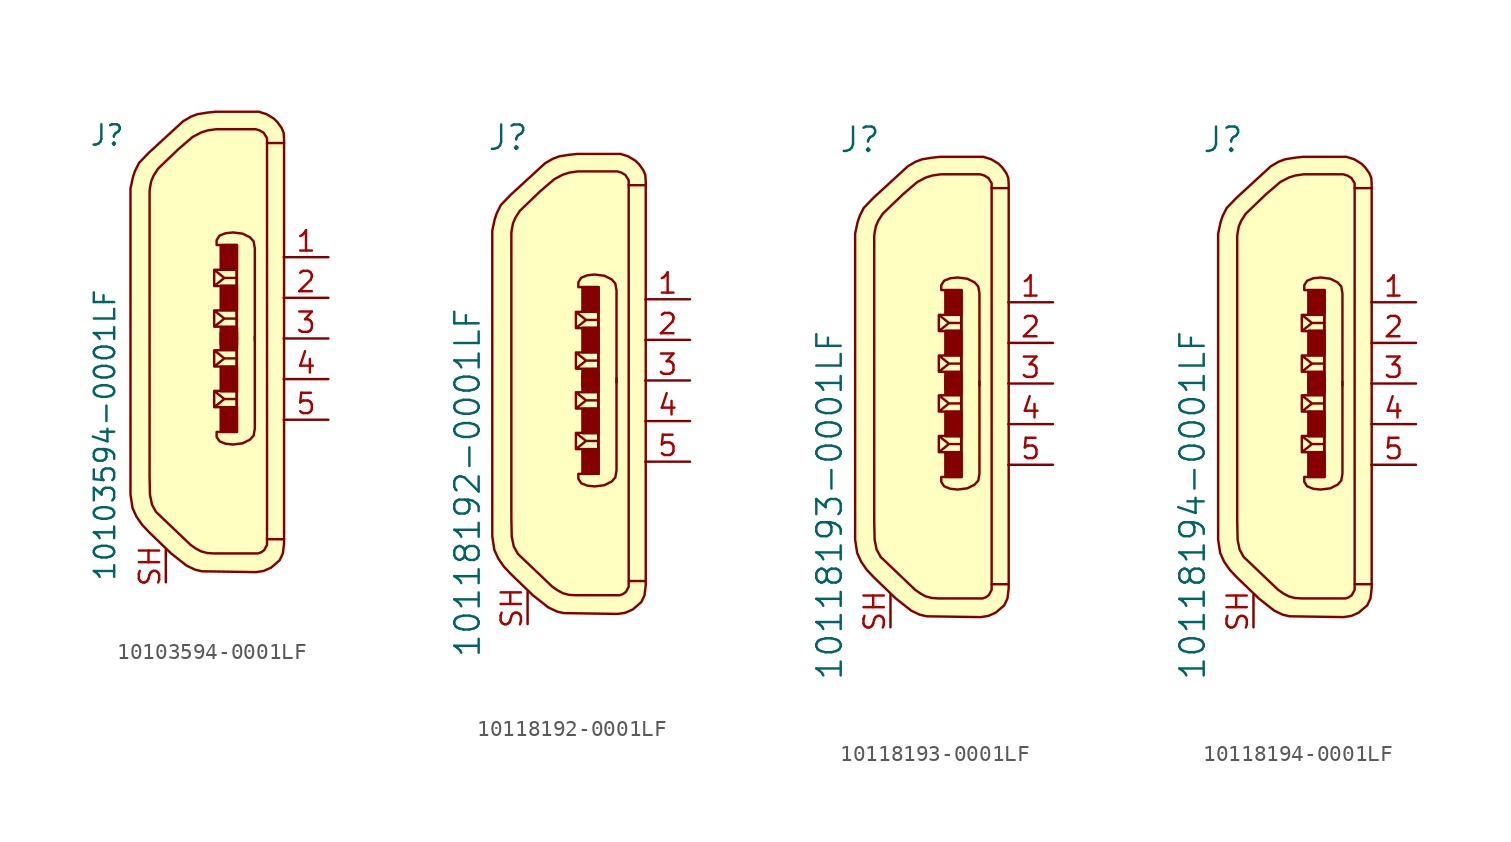
<source format=kicad_sym>
(kicad_symbol_lib
  (version 20201005)
  (generator kicad_symbol_editor)
  (symbol "10103594-0001LF"
    (pin_names
      (offset 1.016))
    (property "Reference" "J"
      (at -6.35 12.7 0)
      (effects (font (size 1.27 1.27)) (justify right)))
    (property "Value" "10103594-0001LF"
      (at -7.62 -15.24 90)
      (effects (font (size 1.27 1.27)) (justify left)))
    (symbol "10103594-0001LF_1_1"
      (rectangle (start -0.381 -4.318) (end 0.635 -5.842) (stroke (width 0)) (fill (type outline)))
      (rectangle (start -0.381 -3.302) (end 0.635 -1.778) (stroke (width 0)) (fill (type outline)))
      (rectangle (start -0.381 -0.635) (end 0.635 0.381) (stroke (width 0)) (fill (type outline)))
      (rectangle (start -0.381 0.635) (end 0.635 -0.381) (stroke (width 0)) (fill (type outline)))
      (rectangle (start -0.381 3.302) (end 0.635 1.778) (stroke (width 0)) (fill (type outline)))
      (rectangle (start -0.381 4.318) (end 0.635 5.842) (stroke (width 0)) (fill (type outline)))
      (polyline (pts (xy 2.515 12.243) (xy 2.515 -12.548)) (stroke (width 0)) (fill (type none)))
      (polyline (pts (xy -0.787 -4.293) (xy -0.787 -3.277) (xy 0.61 -3.277) (xy 0.61 -4.293) (xy -0.787 -4.293) (xy -0.152 -3.785) (xy -0.787 -3.277) (xy 0.61 -3.277) (xy 0.61 -3.785) (xy -0.152 -3.785)) (stroke (width 0)) (fill (type none)))
      (polyline (pts (xy -0.787 -1.753) (xy -0.787 -0.737) (xy 0.61 -0.737) (xy 0.61 -1.753) (xy -0.787 -1.753) (xy -0.152 -1.245) (xy -0.787 -0.737) (xy 0.61 -0.737) (xy 0.61 -1.245) (xy -0.152 -1.245)) (stroke (width 0)) (fill (type none)))
      (polyline (pts (xy -0.787 1.753) (xy -0.787 0.737) (xy 0.61 0.737) (xy 0.61 1.753) (xy -0.787 1.753) (xy -0.152 1.245) (xy -0.787 0.737) (xy 0.61 0.737) (xy 0.61 1.245) (xy -0.152 1.245)) (stroke (width 0)) (fill (type none)))
      (polyline (pts (xy -0.787 4.293) (xy -0.787 3.277) (xy 0.61 3.277) (xy 0.61 4.293) (xy -0.787 4.293) (xy -0.152 3.785) (xy -0.787 3.277) (xy 0.61 3.277) (xy 0.61 3.785) (xy -0.152 3.785)) (stroke (width 0)) (fill (type none)))
      (polyline (pts (xy 0.635 -0.025) (xy 0.635 5.842) (xy -0.635 5.842) (xy -0.635 6.147) (xy -0.457 6.426) (xy -0.076 6.579) (xy 0.381 6.629) (xy 0.991 6.553) (xy 1.448 6.325) (xy 1.676 6.071) (xy 1.753 5.639) (xy 1.753 4.801) (xy 1.753 -0.127)) (stroke (width 0)) (fill (type none)))
      (polyline (pts (xy 0.635 0.025) (xy 0.635 -5.842) (xy -0.635 -5.842) (xy -0.635 -6.147) (xy -0.457 -6.426) (xy -0.076 -6.579) (xy 0.381 -6.629) (xy 0.991 -6.553) (xy 1.448 -6.325) (xy 1.676 -6.071) (xy 1.753 -5.639) (xy 1.753 -4.801) (xy 1.753 0.127)) (stroke (width 0)) (fill (type none)))
      (polyline (pts (xy 3.581 -12.548) (xy 2.565 -12.548) (xy 2.515 -12.548) (xy 2.515 -12.903) (xy 2.337 -13.233) (xy 2.159 -13.36) (xy 1.956 -13.437) (xy -0.813 -13.437) (xy -1.219 -13.411) (xy -1.6 -13.31) (xy -1.93 -13.132) (xy -2.261 -12.903) (xy -4.42 -10.846) (xy -4.674 -10.389) (xy -4.801 -9.779) (xy -4.826 -8.636) (xy -4.826 9.22) (xy -4.801 9.423) (xy -4.724 9.83) (xy -4.572 10.185) (xy -4.293 10.617) (xy -3.023 11.836) (xy -2.134 12.598) (xy -1.6 12.878) (xy -1.194 13.005) (xy -0.66 13.081) (xy 1.803 13.081) (xy 2.057 13.005) (xy 2.311 12.852) (xy 2.515 12.522) (xy 2.515 12.217) (xy 3.581 12.217)) (stroke (width 0)) (fill (type none)))
      (polyline (pts (xy 3.581 -11.481) (xy 3.581 -12.802) (xy 3.505 -13.437) (xy 3.302 -13.868) (xy 2.769 -14.326) (xy 2.311 -14.529) (xy 1.829 -14.605) (xy -1.549 -14.554) (xy -1.981 -14.453) (xy -2.515 -14.199) (xy -3.48 -13.437) (xy -4.826 -12.141) (xy -5.283 -11.659) (xy -5.639 -11.151) (xy -5.893 -10.592) (xy -6.02 -9.754) (xy -6.02 9.373) (xy -5.867 10.084) (xy -5.74 10.465) (xy -5.486 10.973) (xy -4.877 11.608) (xy -2.718 13.589) (xy -2.235 13.868) (xy -1.829 14.021) (xy -1.194 14.122) (xy -0.711 14.173) (xy 2.007 14.173) (xy 2.489 14.021) (xy 2.946 13.741) (xy 3.175 13.513) (xy 3.429 13.157) (xy 3.556 12.852) (xy 3.581 12.446) (xy 3.581 -11.506)) (stroke (width 0)) (fill (type background)))
      (pin passive line (at 6.35 5.08 180) (length 2.794) (name "~" (effects (font (size 1.27 1.27)))) (number "1" (effects (font (size 1.27 1.27)))))
      (pin passive line (at 6.35 2.54 180) (length 2.794) (name "~" (effects (font (size 1.27 1.27)))) (number "2" (effects (font (size 1.27 1.27)))))
      (pin passive line (at 6.35 0 180) (length 2.794) (name "~" (effects (font (size 1.27 1.27)))) (number "3" (effects (font (size 1.27 1.27)))))
      (pin passive line (at 6.35 -2.54 180) (length 2.794) (name "~" (effects (font (size 1.27 1.27)))) (number "4" (effects (font (size 1.27 1.27)))))
      (pin passive line (at 6.35 -5.08 180) (length 2.794) (name "~" (effects (font (size 1.27 1.27)))) (number "5" (effects (font (size 1.27 1.27)))))
      (pin passive line (at -3.81 -15.24 90) (length 2.032) (name "~" (effects (font (size 1.27 1.27)))) (number "SH" (effects (font (size 1.27 1.27)))))))
  (symbol "10118192-0001LF"
    (pin_names
      (offset 1.016))
    (property "Reference" "J"
      (at -3.759 15.189 0)
      (effects (font (size 1.524 1.524))))
    (property "Value" "10118192-0001LF"
      (at -6.299 -6.401 90)
      (effects (font (size 1.524 1.524))))
    (symbol "10118192-0001LF_0_1"
      (rectangle (start 0.889 -4.318) (end 1.905 -5.842) (stroke (width 0)) (fill (type outline)))
      (rectangle (start 0.889 -3.302) (end 1.905 -1.778) (stroke (width 0)) (fill (type outline)))
      (rectangle (start 0.889 -0.635) (end 1.905 0.381) (stroke (width 0)) (fill (type outline)))
      (rectangle (start 0.889 0.635) (end 1.905 -0.381) (stroke (width 0)) (fill (type outline)))
      (rectangle (start 0.889 3.302) (end 1.905 1.778) (stroke (width 0)) (fill (type outline)))
      (rectangle (start 0.889 4.318) (end 1.905 5.842) (stroke (width 0)) (fill (type outline)))
      (polyline (pts (xy 3.785 12.243) (xy 3.785 -12.548)) (stroke (width 0)) (fill (type none)))
      (polyline (pts (xy 0.483 -4.293) (xy 0.483 -3.277) (xy 1.88 -3.277) (xy 1.88 -4.293) (xy 0.483 -4.293) (xy 1.118 -3.785) (xy 0.483 -3.277) (xy 1.88 -3.277) (xy 1.88 -3.785) (xy 1.118 -3.785)) (stroke (width 0)) (fill (type none)))
      (polyline (pts (xy 0.483 -1.753) (xy 0.483 -0.737) (xy 1.88 -0.737) (xy 1.88 -1.753) (xy 0.483 -1.753) (xy 1.118 -1.245) (xy 0.483 -0.737) (xy 1.88 -0.737) (xy 1.88 -1.245) (xy 1.118 -1.245)) (stroke (width 0)) (fill (type none)))
      (polyline (pts (xy 0.483 1.753) (xy 0.483 0.737) (xy 1.88 0.737) (xy 1.88 1.753) (xy 0.483 1.753) (xy 1.118 1.245) (xy 0.483 0.737) (xy 1.88 0.737) (xy 1.88 1.245) (xy 1.118 1.245)) (stroke (width 0)) (fill (type none)))
      (polyline (pts (xy 0.483 4.293) (xy 0.483 3.277) (xy 1.88 3.277) (xy 1.88 4.293) (xy 0.483 4.293) (xy 1.118 3.785) (xy 0.483 3.277) (xy 1.88 3.277) (xy 1.88 3.785) (xy 1.118 3.785)) (stroke (width 0)) (fill (type none)))
      (polyline (pts (xy 1.905 -0.025) (xy 1.905 5.842) (xy 0.635 5.842) (xy 0.635 6.147) (xy 0.813 6.426) (xy 1.194 6.579) (xy 1.651 6.629) (xy 2.261 6.553) (xy 2.718 6.325) (xy 2.946 6.071) (xy 3.023 5.639) (xy 3.023 4.801) (xy 3.023 -0.127)) (stroke (width 0)) (fill (type none)))
      (polyline (pts (xy 1.905 0.025) (xy 1.905 -5.842) (xy 0.635 -5.842) (xy 0.635 -6.147) (xy 0.813 -6.426) (xy 1.194 -6.579) (xy 1.651 -6.629) (xy 2.261 -6.553) (xy 2.718 -6.325) (xy 2.946 -6.071) (xy 3.023 -5.639) (xy 3.023 -4.801) (xy 3.023 0.127)) (stroke (width 0)) (fill (type none)))
      (polyline (pts (xy 4.851 -12.548) (xy 3.835 -12.548) (xy 3.785 -12.548) (xy 3.785 -12.903) (xy 3.607 -13.233) (xy 3.429 -13.36) (xy 3.226 -13.437) (xy 0.457 -13.437) (xy 0.051 -13.411) (xy -0.33 -13.31) (xy -0.66 -13.132) (xy -0.991 -12.903) (xy -3.15 -10.846) (xy -3.404 -10.389) (xy -3.531 -9.779) (xy -3.556 -8.636) (xy -3.556 9.22) (xy -3.531 9.423) (xy -3.454 9.83) (xy -3.302 10.185) (xy -3.023 10.617) (xy -1.753 11.836) (xy -0.864 12.598) (xy -0.33 12.878) (xy 0.076 13.005) (xy 0.61 13.081) (xy 3.073 13.081) (xy 3.327 13.005) (xy 3.581 12.852) (xy 3.785 12.522) (xy 3.785 12.217) (xy 4.851 12.217)) (stroke (width 0)) (fill (type none)))
      (polyline (pts (xy 4.851 -11.481) (xy 4.851 -12.802) (xy 4.775 -13.437) (xy 4.572 -13.868) (xy 4.039 -14.326) (xy 3.581 -14.529) (xy 3.099 -14.605) (xy -0.279 -14.554) (xy -0.711 -14.453) (xy -1.245 -14.199) (xy -2.21 -13.437) (xy -3.556 -12.141) (xy -4.013 -11.659) (xy -4.369 -11.151) (xy -4.623 -10.592) (xy -4.75 -9.754) (xy -4.75 9.373) (xy -4.597 10.084) (xy -4.47 10.465) (xy -4.216 10.973) (xy -3.607 11.608) (xy -1.448 13.589) (xy -0.965 13.868) (xy -0.559 14.021) (xy 0.076 14.122) (xy 0.559 14.173) (xy 3.277 14.173) (xy 3.759 14.021) (xy 4.216 13.741) (xy 4.445 13.513) (xy 4.699 13.157) (xy 4.826 12.852) (xy 4.851 12.446) (xy 4.851 -11.506)) (stroke (width 0)) (fill (type background))))
    (symbol "10118192-0001LF_1_1"
      (pin passive line (at 7.62 5.08 180) (length 2.794) (name "~" (effects (font (size 1.27 1.27)))) (number "1" (effects (font (size 1.27 1.27)))))
      (pin passive line (at 7.62 2.54 180) (length 2.794) (name "~" (effects (font (size 1.27 1.27)))) (number "2" (effects (font (size 1.27 1.27)))))
      (pin passive line (at 7.62 0 180) (length 2.794) (name "~" (effects (font (size 1.27 1.27)))) (number "3" (effects (font (size 1.27 1.27)))))
      (pin passive line (at 7.62 -2.54 180) (length 2.794) (name "~" (effects (font (size 1.27 1.27)))) (number "4" (effects (font (size 1.27 1.27)))))
      (pin passive line (at 7.62 -5.08 180) (length 2.794) (name "~" (effects (font (size 1.27 1.27)))) (number "5" (effects (font (size 1.27 1.27)))))
      (pin passive line (at -2.54 -15.24 90) (length 2.032) (name "~" (effects (font (size 1.27 1.27)))) (number "SH" (effects (font (size 1.27 1.27)))))))
  (symbol "10118193-0001LF"
    (pin_names
      (offset 1.016))
    (property "Reference" "J"
      (at -4.445 15.24 0)
      (effects (font (size 1.524 1.524))))
    (property "Value" "10118193-0001LF"
      (at -6.35 -7.62 90)
      (effects (font (size 1.524 1.524))))
    (symbol "10118193-0001LF_0_1"
      (rectangle (start 0.889 -4.318) (end 1.905 -5.842) (stroke (width 0)) (fill (type outline)))
      (rectangle (start 0.889 -3.302) (end 1.905 -1.778) (stroke (width 0)) (fill (type outline)))
      (rectangle (start 0.889 -0.635) (end 1.905 0.381) (stroke (width 0)) (fill (type outline)))
      (rectangle (start 0.889 0.635) (end 1.905 -0.381) (stroke (width 0)) (fill (type outline)))
      (rectangle (start 0.889 3.302) (end 1.905 1.778) (stroke (width 0)) (fill (type outline)))
      (rectangle (start 0.889 4.318) (end 1.905 5.842) (stroke (width 0)) (fill (type outline)))
      (polyline (pts (xy 3.785 12.243) (xy 3.785 -12.548)) (stroke (width 0)) (fill (type none)))
      (polyline (pts (xy 0.483 -4.293) (xy 0.483 -3.277) (xy 1.88 -3.277) (xy 1.88 -4.293) (xy 0.483 -4.293) (xy 1.118 -3.785) (xy 0.483 -3.277) (xy 1.88 -3.277) (xy 1.88 -3.785) (xy 1.118 -3.785)) (stroke (width 0)) (fill (type none)))
      (polyline (pts (xy 0.483 -1.753) (xy 0.483 -0.737) (xy 1.88 -0.737) (xy 1.88 -1.753) (xy 0.483 -1.753) (xy 1.118 -1.245) (xy 0.483 -0.737) (xy 1.88 -0.737) (xy 1.88 -1.245) (xy 1.118 -1.245)) (stroke (width 0)) (fill (type none)))
      (polyline (pts (xy 0.483 1.753) (xy 0.483 0.737) (xy 1.88 0.737) (xy 1.88 1.753) (xy 0.483 1.753) (xy 1.118 1.245) (xy 0.483 0.737) (xy 1.88 0.737) (xy 1.88 1.245) (xy 1.118 1.245)) (stroke (width 0)) (fill (type none)))
      (polyline (pts (xy 0.483 4.293) (xy 0.483 3.277) (xy 1.88 3.277) (xy 1.88 4.293) (xy 0.483 4.293) (xy 1.118 3.785) (xy 0.483 3.277) (xy 1.88 3.277) (xy 1.88 3.785) (xy 1.118 3.785)) (stroke (width 0)) (fill (type none)))
      (polyline (pts (xy 1.905 -0.025) (xy 1.905 5.842) (xy 0.635 5.842) (xy 0.635 6.147) (xy 0.813 6.426) (xy 1.194 6.579) (xy 1.651 6.629) (xy 2.261 6.553) (xy 2.718 6.325) (xy 2.946 6.071) (xy 3.023 5.639) (xy 3.023 4.801) (xy 3.023 -0.127)) (stroke (width 0)) (fill (type none)))
      (polyline (pts (xy 1.905 0.025) (xy 1.905 -5.842) (xy 0.635 -5.842) (xy 0.635 -6.147) (xy 0.813 -6.426) (xy 1.194 -6.579) (xy 1.651 -6.629) (xy 2.261 -6.553) (xy 2.718 -6.325) (xy 2.946 -6.071) (xy 3.023 -5.639) (xy 3.023 -4.801) (xy 3.023 0.127)) (stroke (width 0)) (fill (type none)))
      (polyline (pts (xy 4.851 -12.548) (xy 3.835 -12.548) (xy 3.785 -12.548) (xy 3.785 -12.903) (xy 3.607 -13.233) (xy 3.429 -13.36) (xy 3.226 -13.437) (xy 0.457 -13.437) (xy 0.051 -13.411) (xy -0.33 -13.31) (xy -0.66 -13.132) (xy -0.991 -12.903) (xy -3.15 -10.846) (xy -3.404 -10.389) (xy -3.531 -9.779) (xy -3.556 -8.636) (xy -3.556 9.22) (xy -3.531 9.423) (xy -3.454 9.83) (xy -3.302 10.185) (xy -3.023 10.617) (xy -1.753 11.836) (xy -0.864 12.598) (xy -0.33 12.878) (xy 0.076 13.005) (xy 0.61 13.081) (xy 3.073 13.081) (xy 3.327 13.005) (xy 3.581 12.852) (xy 3.785 12.522) (xy 3.785 12.217) (xy 4.851 12.217)) (stroke (width 0)) (fill (type none)))
      (polyline (pts (xy 4.851 -11.481) (xy 4.851 -12.802) (xy 4.775 -13.437) (xy 4.572 -13.868) (xy 4.039 -14.326) (xy 3.581 -14.529) (xy 3.099 -14.605) (xy -0.279 -14.554) (xy -0.711 -14.453) (xy -1.245 -14.199) (xy -2.21 -13.437) (xy -3.556 -12.141) (xy -4.013 -11.659) (xy -4.369 -11.151) (xy -4.623 -10.592) (xy -4.75 -9.754) (xy -4.75 9.373) (xy -4.597 10.084) (xy -4.47 10.465) (xy -4.216 10.973) (xy -3.607 11.608) (xy -1.448 13.589) (xy -0.965 13.868) (xy -0.559 14.021) (xy 0.076 14.122) (xy 0.559 14.173) (xy 3.277 14.173) (xy 3.759 14.021) (xy 4.216 13.741) (xy 4.445 13.513) (xy 4.699 13.157) (xy 4.826 12.852) (xy 4.851 12.446) (xy 4.851 -11.506)) (stroke (width 0)) (fill (type background))))
    (symbol "10118193-0001LF_1_1"
      (pin passive line (at 7.62 5.08 180) (length 2.794) (name "~" (effects (font (size 1.27 1.27)))) (number "1" (effects (font (size 1.27 1.27)))))
      (pin passive line (at 7.62 2.54 180) (length 2.794) (name "~" (effects (font (size 1.27 1.27)))) (number "2" (effects (font (size 1.27 1.27)))))
      (pin passive line (at 7.62 0 180) (length 2.794) (name "~" (effects (font (size 1.27 1.27)))) (number "3" (effects (font (size 1.27 1.27)))))
      (pin passive line (at 7.62 -2.54 180) (length 2.794) (name "~" (effects (font (size 1.27 1.27)))) (number "4" (effects (font (size 1.27 1.27)))))
      (pin passive line (at 7.62 -5.08 180) (length 2.794) (name "~" (effects (font (size 1.27 1.27)))) (number "5" (effects (font (size 1.27 1.27)))))
      (pin passive line (at -2.54 -15.24 90) (length 2.032) (name "~" (effects (font (size 1.27 1.27)))) (number "SH" (effects (font (size 1.27 1.27)))))))
  (symbol "10118194-0001LF"
    (pin_names
      (offset 1.016))
    (property "Reference" "J"
      (at -4.445 15.24 0)
      (effects (font (size 1.524 1.524))))
    (property "Value" "10118194-0001LF"
      (at -6.35 -7.62 90)
      (effects (font (size 1.524 1.524))))
    (symbol "10118194-0001LF_0_1"
      (rectangle (start 0.889 -4.318) (end 1.905 -5.842) (stroke (width 0)) (fill (type outline)))
      (rectangle (start 0.889 -3.302) (end 1.905 -1.778) (stroke (width 0)) (fill (type outline)))
      (rectangle (start 0.889 -0.635) (end 1.905 0.381) (stroke (width 0)) (fill (type outline)))
      (rectangle (start 0.889 0.635) (end 1.905 -0.381) (stroke (width 0)) (fill (type outline)))
      (rectangle (start 0.889 3.302) (end 1.905 1.778) (stroke (width 0)) (fill (type outline)))
      (rectangle (start 0.889 4.318) (end 1.905 5.842) (stroke (width 0)) (fill (type outline)))
      (polyline (pts (xy 3.785 12.243) (xy 3.785 -12.548)) (stroke (width 0)) (fill (type none)))
      (polyline (pts (xy 0.483 -4.293) (xy 0.483 -3.277) (xy 1.88 -3.277) (xy 1.88 -4.293) (xy 0.483 -4.293) (xy 1.118 -3.785) (xy 0.483 -3.277) (xy 1.88 -3.277) (xy 1.88 -3.785) (xy 1.118 -3.785)) (stroke (width 0)) (fill (type none)))
      (polyline (pts (xy 0.483 -1.753) (xy 0.483 -0.737) (xy 1.88 -0.737) (xy 1.88 -1.753) (xy 0.483 -1.753) (xy 1.118 -1.245) (xy 0.483 -0.737) (xy 1.88 -0.737) (xy 1.88 -1.245) (xy 1.118 -1.245)) (stroke (width 0)) (fill (type none)))
      (polyline (pts (xy 0.483 1.753) (xy 0.483 0.737) (xy 1.88 0.737) (xy 1.88 1.753) (xy 0.483 1.753) (xy 1.118 1.245) (xy 0.483 0.737) (xy 1.88 0.737) (xy 1.88 1.245) (xy 1.118 1.245)) (stroke (width 0)) (fill (type none)))
      (polyline (pts (xy 0.483 4.293) (xy 0.483 3.277) (xy 1.88 3.277) (xy 1.88 4.293) (xy 0.483 4.293) (xy 1.118 3.785) (xy 0.483 3.277) (xy 1.88 3.277) (xy 1.88 3.785) (xy 1.118 3.785)) (stroke (width 0)) (fill (type none)))
      (polyline (pts (xy 1.905 -0.025) (xy 1.905 5.842) (xy 0.635 5.842) (xy 0.635 6.147) (xy 0.813 6.426) (xy 1.194 6.579) (xy 1.651 6.629) (xy 2.261 6.553) (xy 2.718 6.325) (xy 2.946 6.071) (xy 3.023 5.639) (xy 3.023 4.801) (xy 3.023 -0.127)) (stroke (width 0)) (fill (type none)))
      (polyline (pts (xy 1.905 0.025) (xy 1.905 -5.842) (xy 0.635 -5.842) (xy 0.635 -6.147) (xy 0.813 -6.426) (xy 1.194 -6.579) (xy 1.651 -6.629) (xy 2.261 -6.553) (xy 2.718 -6.325) (xy 2.946 -6.071) (xy 3.023 -5.639) (xy 3.023 -4.801) (xy 3.023 0.127)) (stroke (width 0)) (fill (type none)))
      (polyline (pts (xy 4.851 -12.548) (xy 3.835 -12.548) (xy 3.785 -12.548) (xy 3.785 -12.903) (xy 3.607 -13.233) (xy 3.429 -13.36) (xy 3.226 -13.437) (xy 0.457 -13.437) (xy 0.051 -13.411) (xy -0.33 -13.31) (xy -0.66 -13.132) (xy -0.991 -12.903) (xy -3.15 -10.846) (xy -3.404 -10.389) (xy -3.531 -9.779) (xy -3.556 -8.636) (xy -3.556 9.22) (xy -3.531 9.423) (xy -3.454 9.83) (xy -3.302 10.185) (xy -3.023 10.617) (xy -1.753 11.836) (xy -0.864 12.598) (xy -0.33 12.878) (xy 0.076 13.005) (xy 0.61 13.081) (xy 3.073 13.081) (xy 3.327 13.005) (xy 3.581 12.852) (xy 3.785 12.522) (xy 3.785 12.217) (xy 4.851 12.217)) (stroke (width 0)) (fill (type none)))
      (polyline (pts (xy 4.851 -11.481) (xy 4.851 -12.802) (xy 4.775 -13.437) (xy 4.572 -13.868) (xy 4.039 -14.326) (xy 3.581 -14.529) (xy 3.099 -14.605) (xy -0.279 -14.554) (xy -0.711 -14.453) (xy -1.245 -14.199) (xy -2.21 -13.437) (xy -3.556 -12.141) (xy -4.013 -11.659) (xy -4.369 -11.151) (xy -4.623 -10.592) (xy -4.75 -9.754) (xy -4.75 9.373) (xy -4.597 10.084) (xy -4.47 10.465) (xy -4.216 10.973) (xy -3.607 11.608) (xy -1.448 13.589) (xy -0.965 13.868) (xy -0.559 14.021) (xy 0.076 14.122) (xy 0.559 14.173) (xy 3.277 14.173) (xy 3.759 14.021) (xy 4.216 13.741) (xy 4.445 13.513) (xy 4.699 13.157) (xy 4.826 12.852) (xy 4.851 12.446) (xy 4.851 -11.506)) (stroke (width 0)) (fill (type background))))
    (symbol "10118194-0001LF_1_1"
      (pin passive line (at 7.62 5.08 180) (length 2.794) (name "~" (effects (font (size 1.27 1.27)))) (number "1" (effects (font (size 1.27 1.27)))))
      (pin passive line (at 7.62 2.54 180) (length 2.794) (name "~" (effects (font (size 1.27 1.27)))) (number "2" (effects (font (size 1.27 1.27)))))
      (pin passive line (at 7.62 0 180) (length 2.794) (name "~" (effects (font (size 1.27 1.27)))) (number "3" (effects (font (size 1.27 1.27)))))
      (pin passive line (at 7.62 -2.54 180) (length 2.794) (name "~" (effects (font (size 1.27 1.27)))) (number "4" (effects (font (size 1.27 1.27)))))
      (pin passive line (at 7.62 -5.08 180) (length 2.794) (name "~" (effects (font (size 1.27 1.27)))) (number "5" (effects (font (size 1.27 1.27)))))
      (pin passive line (at -2.54 -15.24 90) (length 2.032) (name "~" (effects (font (size 1.27 1.27)))) (number "SH" (effects (font (size 1.27 1.27))))))))
</source>
